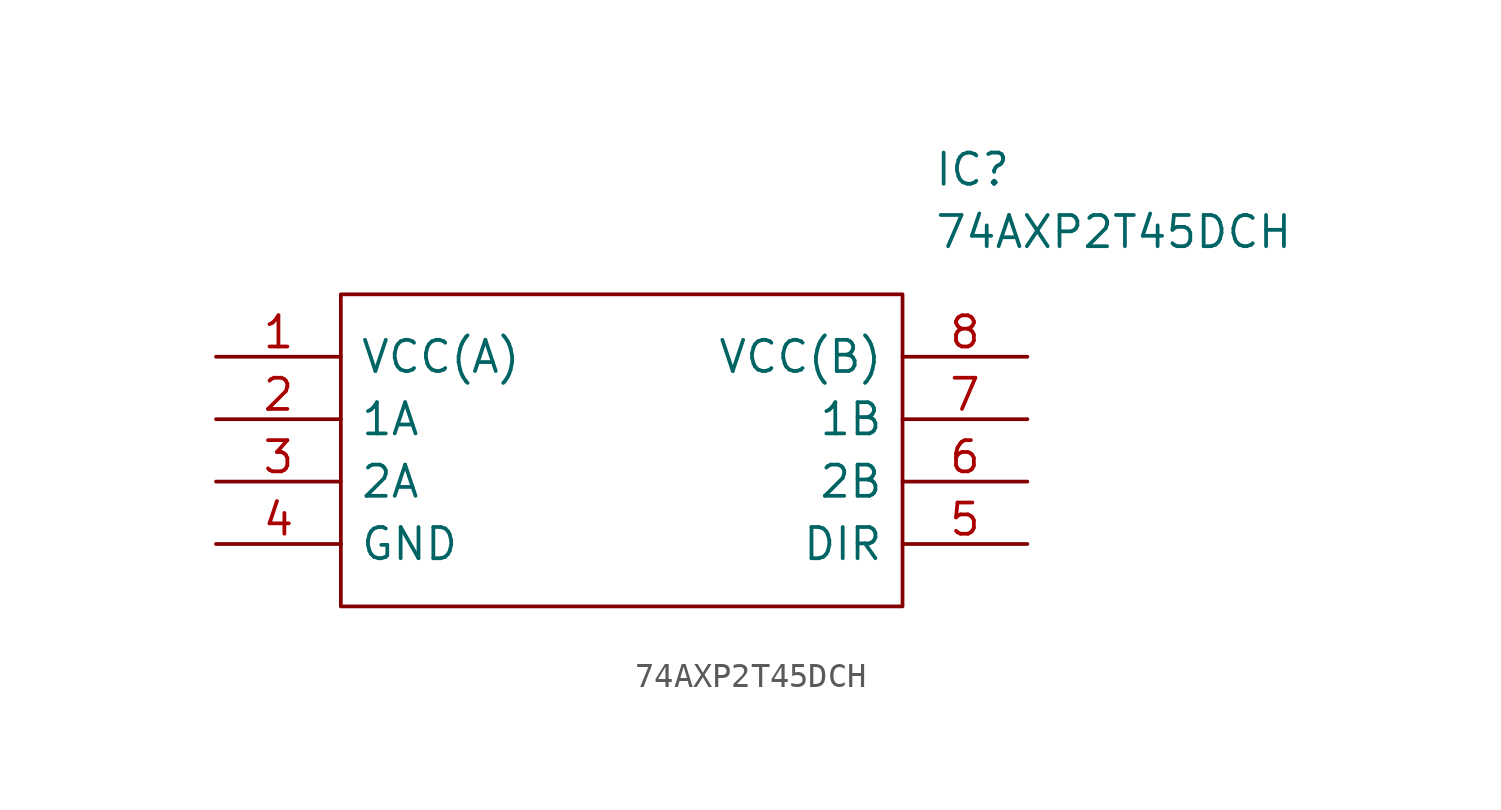
<source format=kicad_sym>
(kicad_symbol_lib
  (version 20211014)
  (generator kicad_symbol_editor)
  (symbol "74AXP2T45DCH"
    (pin_names
      (offset 0.762))
    (property "Reference" "IC"
      (at 29.21 7.62 0)
      (effects (font (size 1.27 1.27)) (justify left)))
    (property "Value" "74AXP2T45DCH"
      (at 29.21 5.08 0)
      (effects (font (size 1.27 1.27)) (justify left)))
    (symbol "74AXP2T45DCH_0_0"
      (pin passive line (at 0 0 0) (length 5.08) (name "VCC(A)" (effects (font (size 1.27 1.27)))) (number "1" (effects (font (size 1.27 1.27)))))
      (pin passive line (at 0 -2.54 0) (length 5.08) (name "1A" (effects (font (size 1.27 1.27)))) (number "2" (effects (font (size 1.27 1.27)))))
      (pin passive line (at 0 -5.08 0) (length 5.08) (name "2A" (effects (font (size 1.27 1.27)))) (number "3" (effects (font (size 1.27 1.27)))))
      (pin passive line (at 0 -7.62 0) (length 5.08) (name "GND" (effects (font (size 1.27 1.27)))) (number "4" (effects (font (size 1.27 1.27)))))
      (pin passive line (at 33.02 -7.62 180) (length 5.08) (name "DIR" (effects (font (size 1.27 1.27)))) (number "5" (effects (font (size 1.27 1.27)))))
      (pin passive line (at 33.02 -5.08 180) (length 5.08) (name "2B" (effects (font (size 1.27 1.27)))) (number "6" (effects (font (size 1.27 1.27)))))
      (pin passive line (at 33.02 -2.54 180) (length 5.08) (name "1B" (effects (font (size 1.27 1.27)))) (number "7" (effects (font (size 1.27 1.27)))))
      (pin passive line (at 33.02 0 180) (length 5.08) (name "VCC(B)" (effects (font (size 1.27 1.27)))) (number "8" (effects (font (size 1.27 1.27))))))
    (symbol "74AXP2T45DCH_0_1"
      (polyline (pts (xy 5.08 2.54) (xy 27.94 2.54) (xy 27.94 -10.16) (xy 5.08 -10.16) (xy 5.08 2.54)) (stroke (width 0.152) (type default) (color 0 0 0 0)) (fill (type none))))))
</source>
